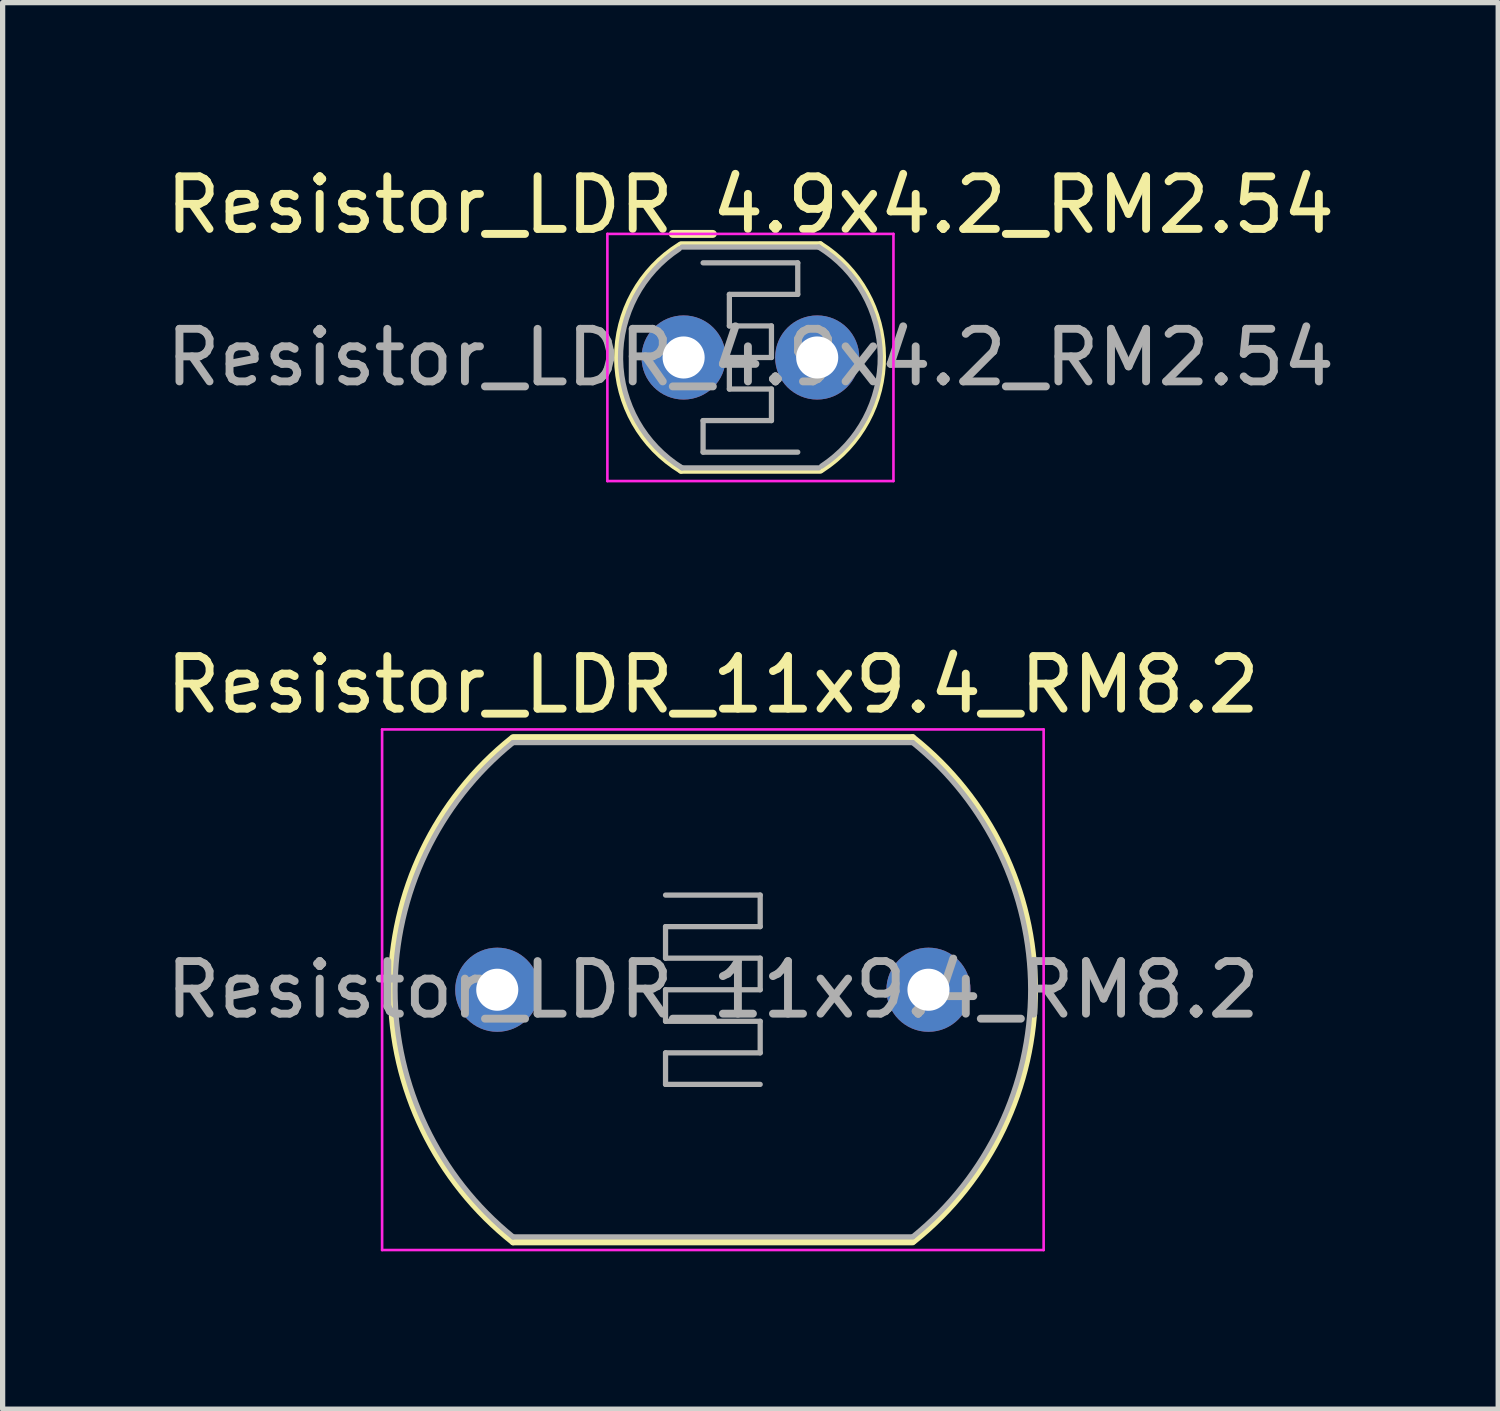
<source format=kicad_pcb>
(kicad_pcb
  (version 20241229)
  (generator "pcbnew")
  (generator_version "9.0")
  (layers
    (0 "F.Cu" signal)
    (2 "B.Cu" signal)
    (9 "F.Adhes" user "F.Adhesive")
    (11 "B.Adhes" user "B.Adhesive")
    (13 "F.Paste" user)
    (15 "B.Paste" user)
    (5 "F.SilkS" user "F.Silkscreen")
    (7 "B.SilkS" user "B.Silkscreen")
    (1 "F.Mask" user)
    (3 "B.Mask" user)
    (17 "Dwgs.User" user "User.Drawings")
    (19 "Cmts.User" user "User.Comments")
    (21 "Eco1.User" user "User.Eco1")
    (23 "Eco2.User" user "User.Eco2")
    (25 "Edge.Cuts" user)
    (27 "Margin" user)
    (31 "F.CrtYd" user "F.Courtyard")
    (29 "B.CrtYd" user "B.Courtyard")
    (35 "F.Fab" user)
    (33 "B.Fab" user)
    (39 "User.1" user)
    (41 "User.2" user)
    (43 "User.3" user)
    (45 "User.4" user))
  (footprint "Resistor_LDR_4.9x4.2_RM2.54"
    (layer "F.Cu")
    (at 9.95 3.748)
    (property "Reference" "Resistor_LDR_4.9x4.2_RM2.54" (at 1.27 -2.9 0) (layer "F.SilkS") (effects (font (size 1 1) (thickness 0.15))))
    (attr through_hole)
    (fp_line (start -0.05 -2.15) (end 2.6 -2.15) (stroke (width 0.12) (type solid)) (layer "F.SilkS"))
    (fp_line (start -0.05 2.15) (end 2.6 2.15) (stroke (width 0.12) (type solid)) (layer "F.SilkS"))
    (fp_arc (start -0.05 2.15) (mid -1.262424 0.01494) (end -0.075476 -2.134388) (stroke (width 0.12) (type solid)) (layer "F.SilkS"))
    (fp_arc (start 2.6 -2.15) (mid 3.788646 -0.016616) (end 2.628027 2.132145) (stroke (width 0.12) (type solid)) (layer "F.SilkS"))
    (fp_line (start -1.45 -2.35) (end -1.45 2.35) (stroke (width 0.05) (type solid)) (layer "F.CrtYd"))
    (fp_line (start -1.45 -2.35) (end 3.99 -2.35) (stroke (width 0.05) (type solid)) (layer "F.CrtYd"))
    (fp_line (start 3.99 2.35) (end -1.45 2.35) (stroke (width 0.05) (type solid)) (layer "F.CrtYd"))
    (fp_line (start 3.99 2.35) (end 3.99 -2.35) (stroke (width 0.05) (type solid)) (layer "F.CrtYd"))
    (fp_line (start -0.03 -2.1) (end 2.57 -2.1) (stroke (width 0.1) (type solid)) (layer "F.Fab"))
    (fp_line (start 0.37 -1.8) (end 2.17 -1.8) (stroke (width 0.1) (type solid)) (layer "F.Fab"))
    (fp_line (start 0.37 1.2) (end 0.37 1.8) (stroke (width 0.1) (type solid)) (layer "F.Fab"))
    (fp_line (start 0.37 1.2) (end 1.67 1.2) (stroke (width 0.1) (type solid)) (layer "F.Fab"))
    (fp_line (start 0.37 1.8) (end 2.17 1.8) (stroke (width 0.1) (type solid)) (layer "F.Fab"))
    (fp_line (start 0.87 -1.2) (end 0.87 -0.6) (stroke (width 0.1) (type solid)) (layer "F.Fab"))
    (fp_line (start 0.87 -1.2) (end 2.17 -1.2) (stroke (width 0.1) (type solid)) (layer "F.Fab"))
    (fp_line (start 0.87 0) (end 0.87 0.6) (stroke (width 0.1) (type solid)) (layer "F.Fab"))
    (fp_line (start 0.87 0) (end 1.67 0) (stroke (width 0.1) (type solid)) (layer "F.Fab"))
    (fp_line (start 1.67 -0.6) (end 0.87 -0.6) (stroke (width 0.1) (type solid)) (layer "F.Fab"))
    (fp_line (start 1.67 -0.6) (end 1.67 0) (stroke (width 0.1) (type solid)) (layer "F.Fab"))
    (fp_line (start 1.67 0.6) (end 0.87 0.6) (stroke (width 0.1) (type solid)) (layer "F.Fab"))
    (fp_line (start 1.67 0.6) (end 1.67 1.2) (stroke (width 0.1) (type solid)) (layer "F.Fab"))
    (fp_line (start 2.17 -1.8) (end 2.17 -1.2) (stroke (width 0.1) (type solid)) (layer "F.Fab"))
    (fp_line (start 2.57 2.1) (end -0.03 2.1) (stroke (width 0.1) (type solid)) (layer "F.Fab"))
    (fp_arc (start -0.03 2.1) (mid -1.199612 0.031921) (end -0.083843 -2.065698) (stroke (width 0.1) (type solid)) (layer "F.Fab"))
    (fp_arc (start 2.57 -2.1) (mid 3.739612 -0.031921) (end 2.623843 2.065698) (stroke (width 0.1) (type solid)) (layer "F.Fab"))
    (fp_text user "${REFERENCE}" (at 1.27 0 0) (layer "F.Fab") (effects (font (size 1 1) (thickness 0.15))))
    (pad "1" thru_hole circle (at 0 0) (size 1.6 1.6) (drill 0.8) (layers "*.Cu" "*.Mask"))
    (pad "2" thru_hole circle (at 2.54 0) (size 1.6 1.6) (drill 0.8) (layers "*.Cu" "*.Mask")))
  (footprint "Resistor_LDR_11x9.4_RM8.2"
    (layer "F.Cu")
    (at 6.406 15.771)
    (property "Reference" "Resistor_LDR_11x9.4_RM8.2" (at 4.1 -5.8 0) (layer "F.SilkS") (effects (font (size 1 1) (thickness 0.15))))
    (attr through_hole)
    (fp_line (start 0.3 -4.8) (end 7.9 -4.8) (stroke (width 0.12) (type solid)) (layer "F.SilkS"))
    (fp_line (start 7.9 4.8) (end 0.3 4.8) (stroke (width 0.12) (type solid)) (layer "F.SilkS"))
    (fp_arc (start 0.3 4.8) (mid -2.022075 0.014159) (end 0.277838 -4.782371) (stroke (width 0.12) (type solid)) (layer "F.SilkS"))
    (fp_arc (start 7.9 -4.8) (mid 10.222075 -0.014159) (end 7.922162 4.782371) (stroke (width 0.12) (type solid)) (layer "F.SilkS"))
    (fp_line (start -2.19 -4.95) (end -2.19 4.95) (stroke (width 0.05) (type solid)) (layer "F.CrtYd"))
    (fp_line (start -2.19 -4.95) (end 10.39 -4.95) (stroke (width 0.05) (type solid)) (layer "F.CrtYd"))
    (fp_line (start 10.39 4.95) (end -2.19 4.95) (stroke (width 0.05) (type solid)) (layer "F.CrtYd"))
    (fp_line (start 10.39 4.95) (end 10.39 -4.95) (stroke (width 0.05) (type solid)) (layer "F.CrtYd"))
    (fp_line (start 0.3 -4.7) (end 7.9 -4.7) (stroke (width 0.1) (type solid)) (layer "F.Fab"))
    (fp_line (start 3.2 -1.8) (end 5 -1.8) (stroke (width 0.1) (type solid)) (layer "F.Fab"))
    (fp_line (start 3.2 -1.2) (end 3.2 -0.6) (stroke (width 0.1) (type solid)) (layer "F.Fab"))
    (fp_line (start 3.2 -0.6) (end 5 -0.6) (stroke (width 0.1) (type solid)) (layer "F.Fab"))
    (fp_line (start 3.2 0) (end 3.2 0.6) (stroke (width 0.1) (type solid)) (layer "F.Fab"))
    (fp_line (start 3.2 0.6) (end 5 0.6) (stroke (width 0.1) (type solid)) (layer "F.Fab"))
    (fp_line (start 3.2 1.2) (end 3.2 1.8) (stroke (width 0.1) (type solid)) (layer "F.Fab"))
    (fp_line (start 3.2 1.8) (end 5 1.8) (stroke (width 0.1) (type solid)) (layer "F.Fab"))
    (fp_line (start 5 -1.8) (end 5 -1.2) (stroke (width 0.1) (type solid)) (layer "F.Fab"))
    (fp_line (start 5 -1.2) (end 3.2 -1.2) (stroke (width 0.1) (type solid)) (layer "F.Fab"))
    (fp_line (start 5 -0.6) (end 5 0) (stroke (width 0.1) (type solid)) (layer "F.Fab"))
    (fp_line (start 5 0) (end 3.2 0) (stroke (width 0.1) (type solid)) (layer "F.Fab"))
    (fp_line (start 5 0.6) (end 5 1.2) (stroke (width 0.1) (type solid)) (layer "F.Fab"))
    (fp_line (start 5 1.2) (end 3.2 1.2) (stroke (width 0.1) (type solid)) (layer "F.Fab"))
    (fp_line (start 7.9 4.7) (end 0.3 4.7) (stroke (width 0.1) (type solid)) (layer "F.Fab"))
    (fp_arc (start 0.3 4.7) (mid -1.944004 0.004651) (end 0.292771 -4.694146) (stroke (width 0.1) (type solid)) (layer "F.Fab"))
    (fp_arc (start 7.9 -4.7) (mid 10.144004 -0.004651) (end 7.907229 4.694146) (stroke (width 0.1) (type solid)) (layer "F.Fab"))
    (fp_text user "${REFERENCE}" (at 4.1 0 0) (layer "F.Fab") (effects (font (size 1 1) (thickness 0.15))))
    (pad "1" thru_hole circle (at 0 0) (size 1.6 1.6) (drill 0.8) (layers "*.Cu" "*.Mask"))
    (pad "2" thru_hole circle (at 8.2 0) (size 1.6 1.6) (drill 0.8) (layers "*.Cu" "*.Mask")))
  (gr_rect
    (start -3 -3)
    (end 25.44 23.747)
    (stroke (width 0.1) (type default))
    (fill no)
    (layer "Edge.Cuts")))
</source>
